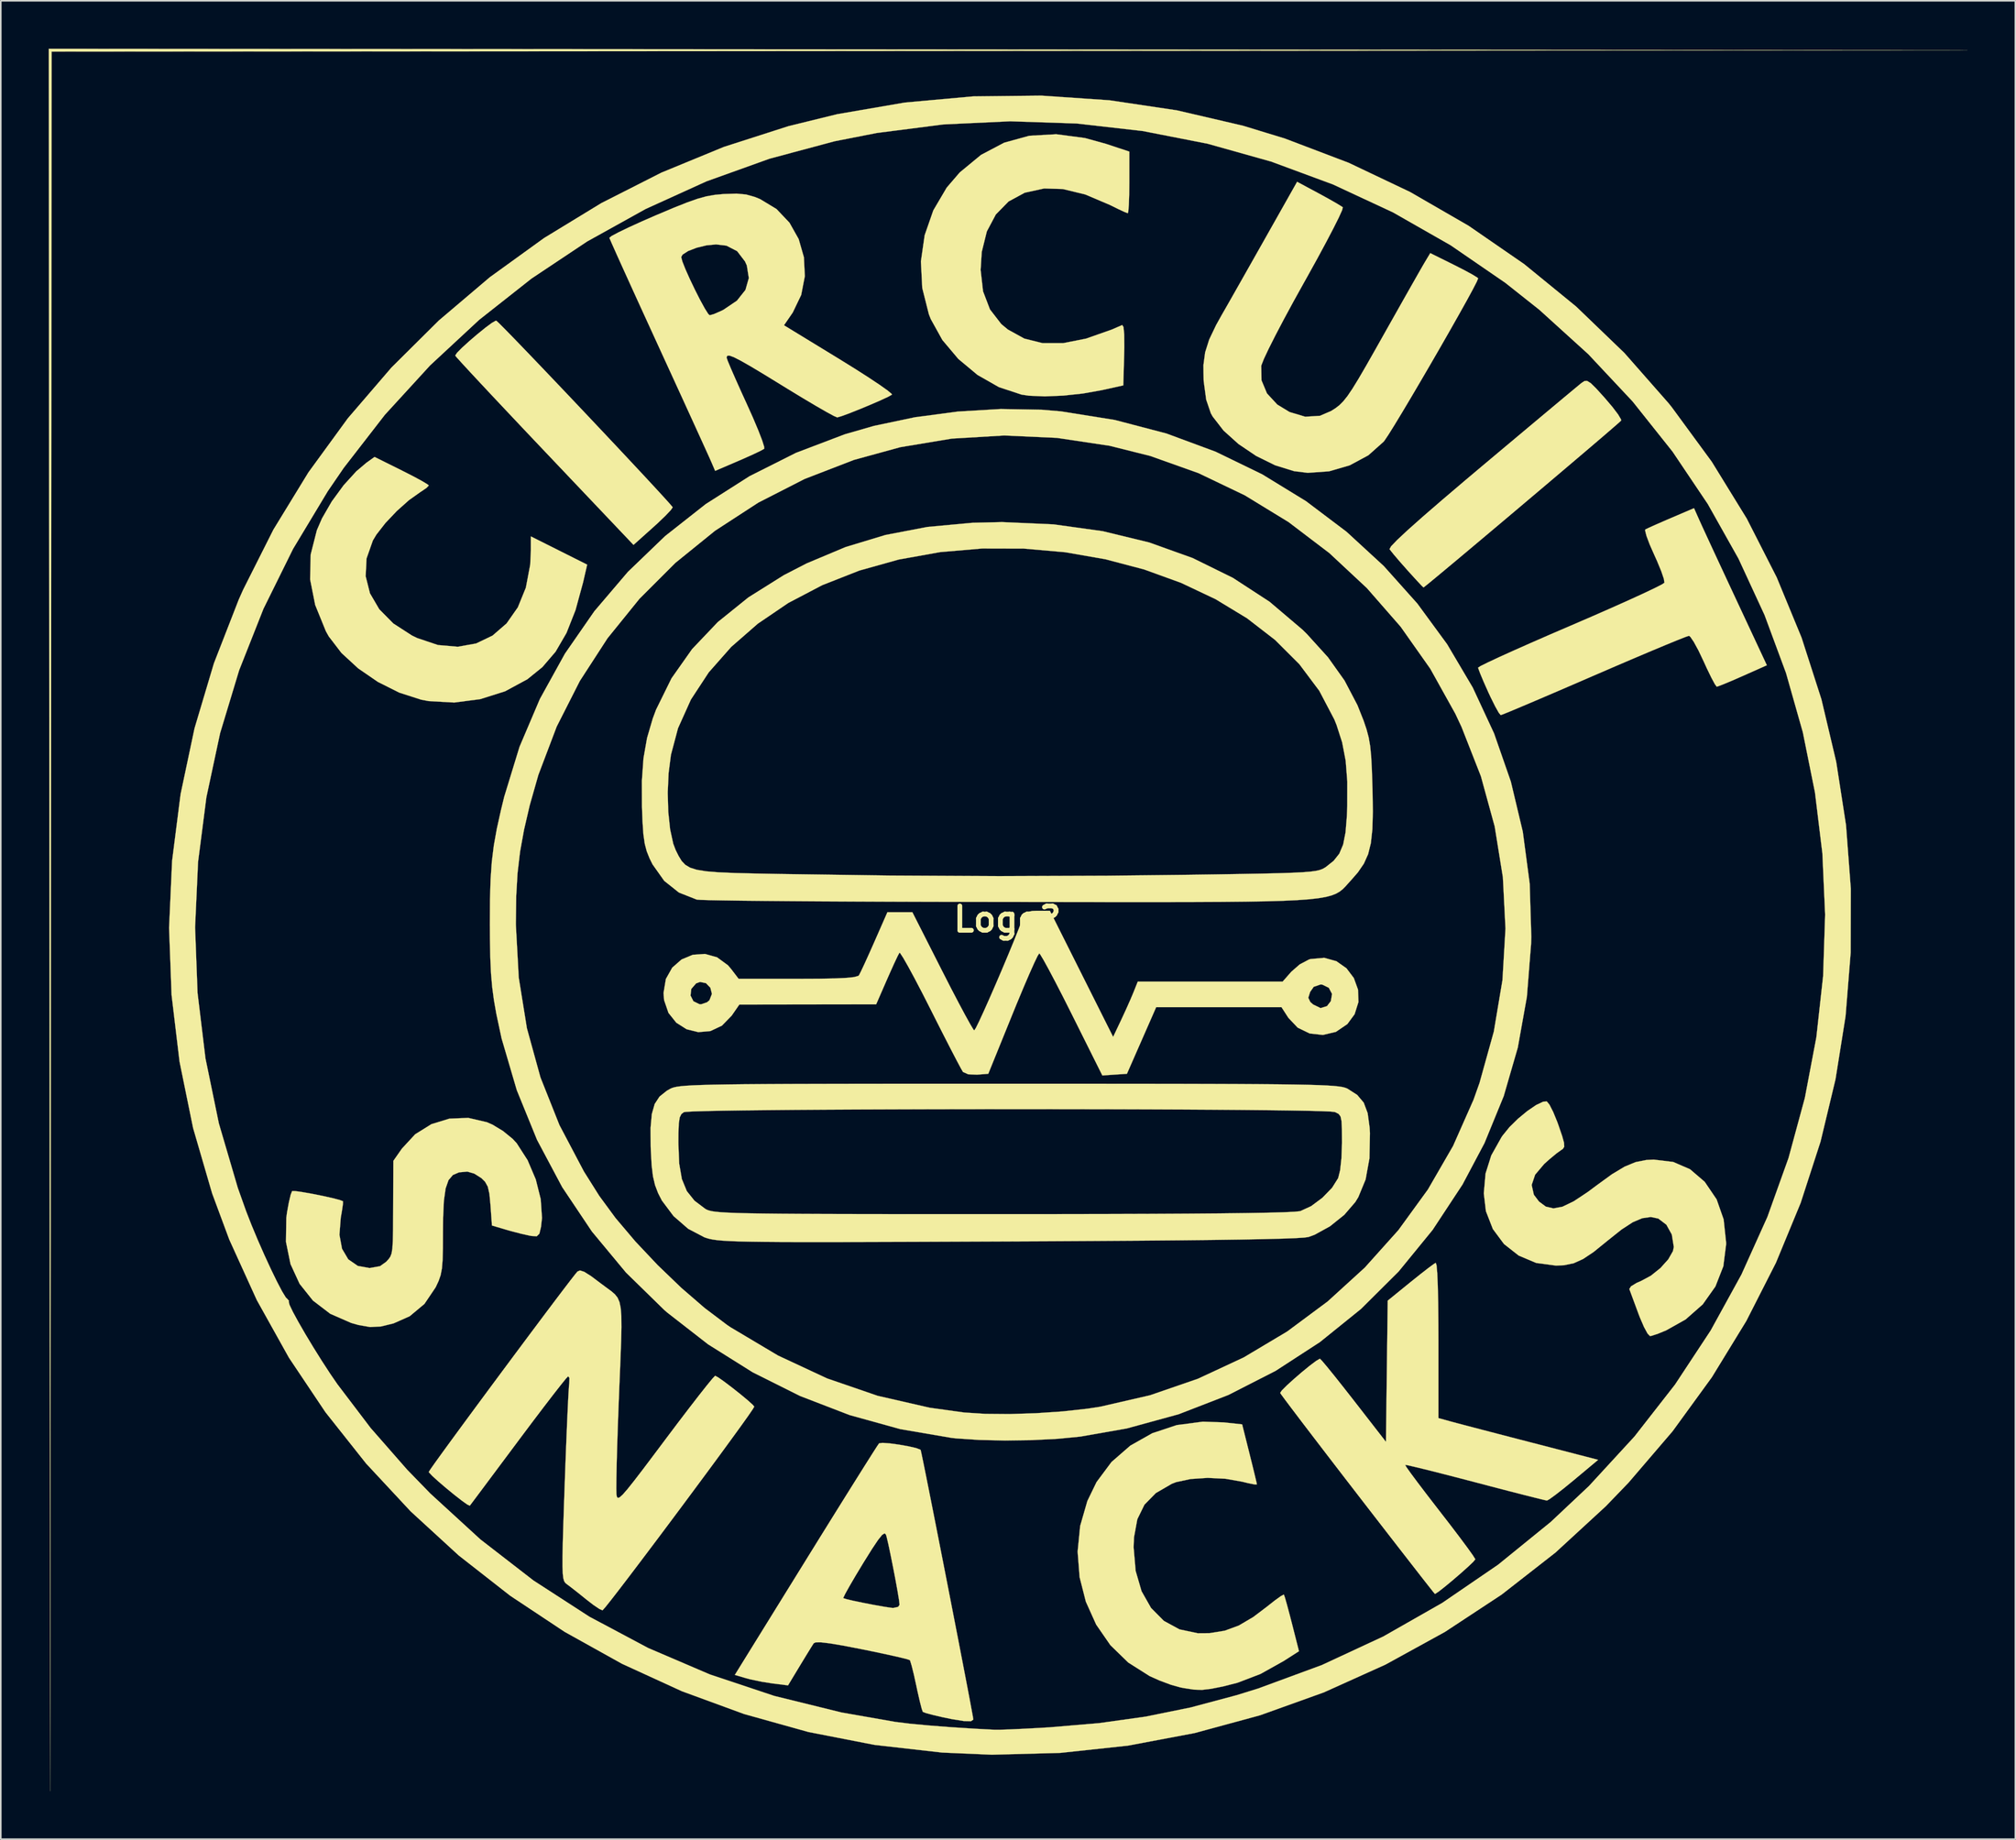
<source format=kicad_pcb>
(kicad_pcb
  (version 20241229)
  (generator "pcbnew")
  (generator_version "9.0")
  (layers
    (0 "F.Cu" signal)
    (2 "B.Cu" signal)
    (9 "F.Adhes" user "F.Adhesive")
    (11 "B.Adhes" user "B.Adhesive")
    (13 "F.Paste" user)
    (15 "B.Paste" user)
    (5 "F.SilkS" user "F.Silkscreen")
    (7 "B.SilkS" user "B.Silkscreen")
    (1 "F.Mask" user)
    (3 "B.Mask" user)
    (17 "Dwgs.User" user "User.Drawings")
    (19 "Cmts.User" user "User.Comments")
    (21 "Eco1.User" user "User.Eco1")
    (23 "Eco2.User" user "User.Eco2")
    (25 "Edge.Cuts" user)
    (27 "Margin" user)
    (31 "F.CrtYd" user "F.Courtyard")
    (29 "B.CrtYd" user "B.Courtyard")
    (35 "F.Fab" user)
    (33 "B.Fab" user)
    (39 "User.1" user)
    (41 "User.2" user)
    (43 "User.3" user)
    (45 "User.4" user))
  (footprint "Logo?"
    (layer "F.Cu")
    (at 60.041 54.535)
    (property "Reference" "Logo?" (at 0 0 0) (layer "F.SilkS") (effects (font (size 1.524 1.524) (thickness 0.3))))
    (attr through_hole)
    (fp_poly (pts (xy 0.044 -54.486) (xy 60.125 -54.442) (xy 0.134 -54.397) (xy -59.858 -54.352) (xy -59.903 0.133) (xy -59.948 54.619) (xy -59.992 0.044) (xy -60.036 -54.53) (xy 0.044 -54.486)) (stroke (width 0.01) (type solid)) (fill yes) (layer "F.SilkS"))
    (fp_poly (pts (xy -31.842 -37.343) (xy -31.466 -36.966) (xy -30.91 -36.396) (xy -30.205 -35.665) (xy -29.38 -34.804) (xy -28.465 -33.844) (xy -27.491 -32.819) (xy -26.487 -31.758) (xy -25.483 -30.694) (xy -24.509 -29.659) (xy -23.595 -28.683) (xy -22.77 -27.8) (xy -22.065 -27.039) (xy -21.509 -26.434) (xy -21.132 -26.015) (xy -20.965 -25.814) (xy -20.959 -25.803) (xy -21.084 -25.625) (xy -21.417 -25.274) (xy -21.9 -24.812) (xy -22.187 -24.551) (xy -23.414 -23.452) (xy -28.981 -29.319) (xy -30.124 -30.525) (xy -31.189 -31.654) (xy -32.152 -32.677) (xy -32.988 -33.57) (xy -33.674 -34.307) (xy -34.183 -34.86) (xy -34.493 -35.203) (xy -34.58 -35.311) (xy -34.471 -35.48) (xy -34.155 -35.801) (xy -33.705 -36.211) (xy -33.195 -36.648) (xy -32.699 -37.05) (xy -32.291 -37.353) (xy -32.043 -37.495) (xy -32.009 -37.496) (xy -31.842 -37.343)) (stroke (width 0.01) (type solid)) (fill yes) (layer "F.SilkS"))
    (fp_poly (pts (xy 36.539 -33.583) (xy 36.872 -33.256) (xy 37.374 -32.703) (xy 37.431 -32.639) (xy 37.902 -32.084) (xy 38.252 -31.622) (xy 38.432 -31.317) (xy 38.443 -31.241) (xy 38.296 -31.104) (xy 37.911 -30.769) (xy 37.323 -30.262) (xy 36.563 -29.613) (xy 35.665 -28.849) (xy 34.661 -27.997) (xy 33.586 -27.086) (xy 32.47 -26.143) (xy 31.349 -25.196) (xy 30.254 -24.274) (xy 29.218 -23.403) (xy 28.276 -22.612) (xy 27.458 -21.929) (xy 26.799 -21.381) (xy 26.332 -20.997) (xy 26.089 -20.803) (xy 26.062 -20.786) (xy 25.933 -20.91) (xy 25.627 -21.238) (xy 25.201 -21.706) (xy 25.045 -21.879) (xy 24.574 -22.413) (xy 24.191 -22.862) (xy 23.963 -23.149) (xy 23.937 -23.188) (xy 24.036 -23.364) (xy 24.412 -23.758) (xy 25.067 -24.37) (xy 26.001 -25.201) (xy 27.213 -26.25) (xy 28.704 -27.519) (xy 29.698 -28.356) (xy 30.951 -29.408) (xy 32.13 -30.396) (xy 33.205 -31.297) (xy 34.146 -32.084) (xy 34.922 -32.733) (xy 35.505 -33.218) (xy 35.863 -33.515) (xy 35.958 -33.592) (xy 36.141 -33.713) (xy 36.315 -33.722) (xy 36.539 -33.583)) (stroke (width 0.01) (type solid)) (fill yes) (layer "F.SilkS"))
    (fp_poly (pts (xy 4.857 -48.938) (xy 6.172 -48.575) (xy 7.638 -48.089) (xy 7.638 -46.158) (xy 7.63 -45.378) (xy 7.608 -44.749) (xy 7.576 -44.344) (xy 7.544 -44.228) (xy 7.349 -44.302) (xy 6.931 -44.496) (xy 6.424 -44.746) (xy 4.881 -45.402) (xy 3.474 -45.744) (xy 2.306 -45.779) (xy 1.089 -45.513) (xy 0.075 -44.964) (xy -0.721 -44.151) (xy -1.285 -43.09) (xy -1.604 -41.801) (xy -1.674 -40.676) (xy -1.523 -39.336) (xy -1.09 -38.203) (xy -0.381 -37.285) (xy 0.031 -36.943) (xy 1.061 -36.375) (xy 2.206 -36.089) (xy 3.488 -36.088) (xy 4.927 -36.372) (xy 6.546 -36.942) (xy 7.194 -37.224) (xy 7.275 -37.096) (xy 7.319 -36.632) (xy 7.326 -35.852) (xy 7.316 -35.374) (xy 7.261 -33.443) (xy 5.895 -33.141) (xy 4.727 -32.934) (xy 3.507 -32.803) (xy 2.346 -32.755) (xy 1.351 -32.797) (xy 0.888 -32.866) (xy -0.526 -33.333) (xy -1.867 -34.097) (xy -3.07 -35.1) (xy -4.068 -36.285) (xy -4.795 -37.596) (xy -4.914 -37.898) (xy -5.329 -39.543) (xy -5.414 -41.21) (xy -5.179 -42.848) (xy -4.637 -44.406) (xy -3.798 -45.832) (xy -2.982 -46.782) (xy -1.65 -47.881) (xy -0.198 -48.647) (xy 1.373 -49.079) (xy 3.059 -49.176) (xy 4.857 -48.938)) (stroke (width 0.01) (type solid)) (fill yes) (layer "F.SilkS"))
    (fp_poly (pts (xy -37.933 -28.117) (xy -37.24 -27.764) (xy -36.683 -27.464) (xy -36.329 -27.253) (xy -36.235 -27.174) (xy -36.372 -27.027) (xy -36.706 -26.797) (xy -36.758 -26.766) (xy -37.474 -26.257) (xy -38.237 -25.577) (xy -38.951 -24.823) (xy -39.516 -24.098) (xy -39.738 -23.729) (xy -40.134 -22.602) (xy -40.19 -21.488) (xy -39.92 -20.416) (xy -39.338 -19.42) (xy -38.459 -18.53) (xy -37.297 -17.778) (xy -36.967 -17.617) (xy -35.662 -17.178) (xy -34.421 -17.071) (xy -33.273 -17.275) (xy -32.245 -17.768) (xy -31.364 -18.53) (xy -30.658 -19.539) (xy -30.155 -20.774) (xy -29.883 -22.214) (xy -29.841 -23.101) (xy -29.841 -23.982) (xy -28.079 -23.098) (xy -26.317 -22.214) (xy -26.574 -21.098) (xy -27.047 -19.365) (xy -27.612 -17.935) (xy -28.295 -16.761) (xy -29.122 -15.796) (xy -30.058 -15.038) (xy -31.457 -14.281) (xy -33.017 -13.788) (xy -34.645 -13.577) (xy -36.247 -13.667) (xy -36.719 -13.757) (xy -38.087 -14.198) (xy -39.425 -14.869) (xy -40.656 -15.715) (xy -41.706 -16.683) (xy -42.499 -17.718) (xy -42.681 -18.044) (xy -43.35 -19.689) (xy -43.667 -21.289) (xy -43.632 -22.849) (xy -43.245 -24.372) (xy -42.925 -25.109) (xy -42.315 -26.167) (xy -41.57 -27.186) (xy -40.774 -28.061) (xy -40.138 -28.6) (xy -39.632 -28.961) (xy -37.933 -28.117)) (stroke (width 0.01) (type solid)) (fill yes) (layer "F.SilkS"))
    (fp_poly (pts (xy 13.55 31.517) (xy 14.705 31.641) (xy 15.168 33.489) (xy 15.357 34.248) (xy 15.508 34.87) (xy 15.605 35.279) (xy 15.631 35.404) (xy 15.476 35.402) (xy 15.077 35.323) (xy 14.704 35.232) (xy 13.662 35.048) (xy 12.546 34.993) (xy 11.477 35.064) (xy 10.576 35.257) (xy 10.302 35.362) (xy 9.299 35.944) (xy 8.587 36.67) (xy 8.14 37.583) (xy 7.931 38.726) (xy 7.908 39.343) (xy 8.034 40.817) (xy 8.405 42.092) (xy 9.001 43.144) (xy 9.8 43.949) (xy 10.781 44.484) (xy 11.923 44.725) (xy 12.661 44.72) (xy 13.609 44.568) (xy 14.492 44.245) (xy 15.404 43.708) (xy 16.261 43.059) (xy 16.753 42.671) (xy 17.128 42.402) (xy 17.313 42.302) (xy 17.319 42.304) (xy 17.385 42.491) (xy 17.515 42.946) (xy 17.688 43.594) (xy 17.821 44.107) (xy 18.264 45.851) (xy 17.298 46.469) (xy 15.856 47.275) (xy 14.413 47.827) (xy 13.499 48.06) (xy 12.745 48.209) (xy 12.186 48.274) (xy 11.672 48.256) (xy 11.056 48.161) (xy 10.835 48.118) (xy 10.247 47.954) (xy 9.52 47.682) (xy 8.911 47.409) (xy 7.574 46.563) (xy 6.454 45.473) (xy 5.564 44.185) (xy 4.917 42.749) (xy 4.525 41.209) (xy 4.402 39.613) (xy 4.56 38.007) (xy 5.012 36.44) (xy 5.587 35.256) (xy 6.522 34) (xy 7.701 32.973) (xy 9.079 32.195) (xy 10.609 31.687) (xy 12.248 31.472) (xy 13.55 31.517)) (stroke (width 0.01) (type solid)) (fill yes) (layer "F.SilkS"))
    (fp_poly (pts (xy 43.341 -24.998) (xy 43.507 -24.632) (xy 43.8 -23.997) (xy 44.193 -23.146) (xy 44.664 -22.133) (xy 45.186 -21.011) (xy 45.621 -20.079) (xy 47.567 -15.912) (xy 46.055 -15.239) (xy 45.383 -14.945) (xy 44.839 -14.718) (xy 44.499 -14.588) (xy 44.429 -14.57) (xy 44.314 -14.724) (xy 44.093 -15.134) (xy 43.805 -15.729) (xy 43.606 -16.164) (xy 43.284 -16.841) (xy 42.993 -17.375) (xy 42.774 -17.696) (xy 42.692 -17.757) (xy 42.486 -17.69) (xy 41.994 -17.496) (xy 41.253 -17.192) (xy 40.302 -16.795) (xy 39.18 -16.319) (xy 37.924 -15.781) (xy 36.755 -15.276) (xy 35.419 -14.697) (xy 34.187 -14.167) (xy 33.095 -13.7) (xy 32.183 -13.313) (xy 31.488 -13.021) (xy 31.047 -12.842) (xy 30.9 -12.789) (xy 30.777 -12.939) (xy 30.551 -13.341) (xy 30.263 -13.921) (xy 30.132 -14.203) (xy 29.841 -14.855) (xy 29.618 -15.385) (xy 29.497 -15.709) (xy 29.485 -15.764) (xy 29.643 -15.865) (xy 30.091 -16.088) (xy 30.792 -16.416) (xy 31.71 -16.832) (xy 32.809 -17.319) (xy 34.05 -17.862) (xy 35.277 -18.39) (xy 36.622 -18.971) (xy 37.86 -19.515) (xy 38.956 -20.005) (xy 39.87 -20.424) (xy 40.567 -20.756) (xy 41.007 -20.981) (xy 41.153 -21.08) (xy 41.118 -21.324) (xy 40.955 -21.803) (xy 40.694 -22.436) (xy 40.525 -22.81) (xy 40.232 -23.474) (xy 40.03 -24.011) (xy 39.945 -24.346) (xy 39.958 -24.419) (xy 40.178 -24.525) (xy 40.641 -24.733) (xy 41.264 -25.005) (xy 41.555 -25.13) (xy 43.006 -25.751) (xy 43.341 -24.998)) (stroke (width 0.01) (type solid)) (fill yes) (layer "F.SilkS"))
    (fp_poly (pts (xy 19.509 -45.465) (xy 20.141 -45.119) (xy 20.653 -44.826) (xy 20.964 -44.634) (xy 21.012 -44.597) (xy 20.964 -44.414) (xy 20.76 -43.962) (xy 20.419 -43.28) (xy 19.963 -42.409) (xy 19.412 -41.387) (xy 18.786 -40.255) (xy 18.584 -39.895) (xy 17.923 -38.704) (xy 17.317 -37.584) (xy 16.789 -36.578) (xy 16.364 -35.734) (xy 16.064 -35.097) (xy 15.913 -34.711) (xy 15.902 -34.664) (xy 15.917 -33.761) (xy 16.26 -32.94) (xy 16.905 -32.242) (xy 17.673 -31.775) (xy 18.656 -31.481) (xy 19.576 -31.537) (xy 20.28 -31.84) (xy 20.556 -32.017) (xy 20.801 -32.206) (xy 21.04 -32.446) (xy 21.301 -32.773) (xy 21.609 -33.228) (xy 21.989 -33.846) (xy 22.467 -34.666) (xy 23.07 -35.727) (xy 23.706 -36.857) (xy 24.314 -37.935) (xy 24.881 -38.941) (xy 25.38 -39.821) (xy 25.78 -40.525) (xy 26.054 -41.002) (xy 26.145 -41.157) (xy 26.487 -41.728) (xy 27.986 -40.985) (xy 28.634 -40.654) (xy 29.142 -40.377) (xy 29.438 -40.194) (xy 29.485 -40.146) (xy 29.399 -39.935) (xy 29.156 -39.464) (xy 28.783 -38.777) (xy 28.305 -37.921) (xy 27.75 -36.939) (xy 27.143 -35.878) (xy 26.509 -34.781) (xy 25.875 -33.694) (xy 25.268 -32.662) (xy 24.712 -31.729) (xy 24.234 -30.941) (xy 23.861 -30.343) (xy 23.617 -29.98) (xy 23.569 -29.919) (xy 22.61 -29.065) (xy 21.442 -28.436) (xy 20.148 -28.06) (xy 18.815 -27.965) (xy 17.959 -28.07) (xy 16.771 -28.439) (xy 15.583 -29.024) (xy 14.479 -29.769) (xy 13.541 -30.613) (xy 12.855 -31.499) (xy 12.743 -31.701) (xy 12.454 -32.55) (xy 12.298 -33.709) (xy 12.292 -33.796) (xy 12.281 -34.71) (xy 12.388 -35.513) (xy 12.642 -36.315) (xy 13.075 -37.222) (xy 13.416 -37.834) (xy 13.667 -38.271) (xy 14.059 -38.96) (xy 14.558 -39.84) (xy 15.132 -40.854) (xy 15.747 -41.942) (xy 16.064 -42.503) (xy 18.148 -46.196) (xy 19.509 -45.465)) (stroke (width 0.01) (type solid)) (fill yes) (layer "F.SilkS"))
    (fp_poly (pts (xy 26.881 21.676) (xy 26.924 22.161) (xy 26.958 22.952) (xy 26.983 24.024) (xy 26.996 25.353) (xy 26.999 26.355) (xy 26.999 31.248) (xy 27.753 31.456) (xy 28.136 31.559) (xy 28.804 31.735) (xy 29.701 31.97) (xy 30.767 32.248) (xy 31.946 32.554) (xy 32.754 32.763) (xy 37 33.863) (xy 35.474 35.138) (xy 34.849 35.649) (xy 34.319 36.062) (xy 33.946 36.332) (xy 33.796 36.413) (xy 33.59 36.369) (xy 33.088 36.246) (xy 32.339 36.057) (xy 31.389 35.813) (xy 30.288 35.526) (xy 29.305 35.268) (xy 28.122 34.959) (xy 27.057 34.685) (xy 26.157 34.459) (xy 25.469 34.293) (xy 25.039 34.196) (xy 24.911 34.178) (xy 24.999 34.327) (xy 25.274 34.714) (xy 25.706 35.295) (xy 26.263 36.028) (xy 26.913 36.871) (xy 27.082 37.089) (xy 27.755 37.959) (xy 28.346 38.737) (xy 28.823 39.379) (xy 29.152 39.84) (xy 29.302 40.077) (xy 29.308 40.095) (xy 29.182 40.249) (xy 28.855 40.561) (xy 28.401 40.967) (xy 27.894 41.403) (xy 27.408 41.806) (xy 27.018 42.112) (xy 26.797 42.258) (xy 26.778 42.262) (xy 26.663 42.124) (xy 26.354 41.733) (xy 25.872 41.117) (xy 25.24 40.304) (xy 24.479 39.325) (xy 23.612 38.206) (xy 22.66 36.976) (xy 21.936 36.038) (xy 20.936 34.741) (xy 20.004 33.528) (xy 19.163 32.43) (xy 18.434 31.475) (xy 17.841 30.692) (xy 17.404 30.112) (xy 17.148 29.763) (xy 17.087 29.671) (xy 17.193 29.513) (xy 17.506 29.2) (xy 17.951 28.796) (xy 18.453 28.363) (xy 18.939 27.966) (xy 19.334 27.669) (xy 19.564 27.534) (xy 19.579 27.531) (xy 19.711 27.665) (xy 20.024 28.036) (xy 20.483 28.601) (xy 21.051 29.317) (xy 21.691 30.134) (xy 23.713 32.737) (xy 23.823 23.89) (xy 25.242 22.736) (xy 25.851 22.248) (xy 26.364 21.849) (xy 26.716 21.591) (xy 26.83 21.522) (xy 26.881 21.676)) (stroke (width 0.01) (type solid)) (fill yes) (layer "F.SilkS"))
    (fp_poly (pts (xy 33.952 11.613) (xy 34.183 12.065) (xy 34.437 12.684) (xy 34.512 12.891) (xy 34.747 13.576) (xy 34.866 14.004) (xy 34.878 14.25) (xy 34.791 14.387) (xy 34.696 14.45) (xy 34.4 14.662) (xy 33.961 15.026) (xy 33.625 15.326) (xy 33.055 16) (xy 32.838 16.644) (xy 32.974 17.256) (xy 33.296 17.682) (xy 33.725 18.001) (xy 34.203 18.112) (xy 34.771 18.005) (xy 35.473 17.667) (xy 36.35 17.086) (xy 36.912 16.667) (xy 37.867 15.973) (xy 38.653 15.5) (xy 39.347 15.213) (xy 40.026 15.079) (xy 40.483 15.056) (xy 41.704 15.203) (xy 42.755 15.658) (xy 43.66 16.433) (xy 43.688 16.465) (xy 44.422 17.547) (xy 44.862 18.803) (xy 45.016 20.256) (xy 45.017 20.356) (xy 44.843 21.734) (xy 44.347 23.002) (xy 43.552 24.124) (xy 42.48 25.068) (xy 41.262 25.752) (xy 40.752 25.961) (xy 40.362 26.09) (xy 40.249 26.11) (xy 40.098 25.955) (xy 39.874 25.542) (xy 39.619 24.95) (xy 39.536 24.734) (xy 39.291 24.072) (xy 39.091 23.531) (xy 38.97 23.204) (xy 38.954 23.163) (xy 39.061 22.993) (xy 39.415 22.778) (xy 39.679 22.664) (xy 40.307 22.328) (xy 40.905 21.848) (xy 41.392 21.306) (xy 41.689 20.787) (xy 41.741 20.526) (xy 41.616 19.748) (xy 41.275 19.133) (xy 40.769 18.748) (xy 40.299 18.65) (xy 39.762 18.727) (xy 39.172 18.977) (xy 38.469 19.434) (xy 37.598 20.128) (xy 37.547 20.17) (xy 36.724 20.837) (xy 36.059 21.282) (xy 35.472 21.547) (xy 34.878 21.671) (xy 34.364 21.695) (xy 33.125 21.531) (xy 32.026 21.067) (xy 31.106 20.344) (xy 30.408 19.404) (xy 29.973 18.287) (xy 29.841 17.169) (xy 29.951 15.928) (xy 30.308 14.794) (xy 30.951 13.648) (xy 31.013 13.557) (xy 31.441 13.029) (xy 31.983 12.495) (xy 32.567 12.012) (xy 33.117 11.637) (xy 33.562 11.427) (xy 33.787 11.413) (xy 33.952 11.613)) (stroke (width 0.01) (type solid)) (fill yes) (layer "F.SilkS"))
    (fp_poly (pts (xy -32.6 12.712) (xy -32.244 12.867) (xy -31.587 13.265) (xy -30.985 13.756) (xy -30.733 14.027) (xy -30.049 15.091) (xy -29.536 16.295) (xy -29.225 17.537) (xy -29.146 18.713) (xy -29.208 19.274) (xy -29.31 19.699) (xy -29.473 19.858) (xy -29.812 19.838) (xy -29.927 19.817) (xy -30.464 19.697) (xy -31.126 19.523) (xy -31.401 19.444) (xy -32.28 19.184) (xy -32.371 17.905) (xy -32.438 17.203) (xy -32.539 16.752) (xy -32.71 16.444) (xy -32.938 16.217) (xy -33.382 15.935) (xy -33.811 15.809) (xy -33.832 15.808) (xy -34.341 15.854) (xy -34.725 16.018) (xy -35 16.341) (xy -35.183 16.866) (xy -35.29 17.634) (xy -35.339 18.686) (xy -35.347 19.584) (xy -35.351 20.603) (xy -35.37 21.343) (xy -35.414 21.88) (xy -35.493 22.29) (xy -35.617 22.65) (xy -35.797 23.036) (xy -35.807 23.056) (xy -36.508 24.095) (xy -37.431 24.866) (xy -38.443 25.316) (xy -39.237 25.509) (xy -39.912 25.544) (xy -40.64 25.417) (xy -41.098 25.287) (xy -42.408 24.713) (xy -43.491 23.885) (xy -44.327 22.836) (xy -44.896 21.599) (xy -45.18 20.209) (xy -45.159 18.697) (xy -45.112 18.352) (xy -44.998 17.73) (xy -44.885 17.256) (xy -44.797 17.03) (xy -44.795 17.029) (xy -44.597 17.028) (xy -44.15 17.091) (xy -43.552 17.196) (xy -42.902 17.326) (xy -42.296 17.46) (xy -41.833 17.579) (xy -41.609 17.664) (xy -41.609 17.664) (xy -41.614 17.844) (xy -41.675 18.27) (xy -41.75 18.704) (xy -41.832 19.765) (xy -41.67 20.642) (xy -41.28 21.302) (xy -40.683 21.715) (xy -39.948 21.848) (xy -39.289 21.732) (xy -38.906 21.459) (xy -38.754 21.293) (xy -38.642 21.134) (xy -38.565 20.928) (xy -38.516 20.619) (xy -38.488 20.152) (xy -38.474 19.472) (xy -38.468 18.525) (xy -38.465 17.825) (xy -38.455 15.134) (xy -37.917 14.365) (xy -37.087 13.468) (xy -36.074 12.837) (xy -34.945 12.49) (xy -33.765 12.442) (xy -32.6 12.712)) (stroke (width 0.01) (type solid)) (fill yes) (layer "F.SilkS"))
    (fp_poly (pts (xy -7.359 32.833) (xy -6.784 32.911) (xy -6.199 33.014) (xy -5.716 33.125) (xy -5.448 33.227) (xy -5.432 33.24) (xy -5.39 33.42) (xy -5.288 33.907) (xy -5.135 34.661) (xy -4.939 35.641) (xy -4.708 36.804) (xy -4.45 38.11) (xy -4.173 39.518) (xy -3.885 40.987) (xy -3.594 42.475) (xy -3.309 43.941) (xy -3.036 45.344) (xy -2.785 46.644) (xy -2.564 47.797) (xy -2.379 48.765) (xy -2.241 49.504) (xy -2.155 49.975) (xy -2.131 50.134) (xy -2.277 50.235) (xy -2.722 50.226) (xy -3.481 50.104) (xy -4.071 49.982) (xy -4.666 49.843) (xy -5.107 49.723) (xy -5.294 49.65) (xy -5.365 49.45) (xy -5.484 48.986) (xy -5.631 48.343) (xy -5.696 48.035) (xy -5.849 47.338) (xy -5.986 46.783) (xy -6.085 46.456) (xy -6.11 46.407) (xy -6.308 46.342) (xy -6.794 46.222) (xy -7.509 46.062) (xy -8.394 45.874) (xy -9.097 45.73) (xy -10.257 45.505) (xy -11.107 45.361) (xy -11.68 45.294) (xy -12.012 45.299) (xy -12.128 45.354) (xy -12.282 45.597) (xy -12.564 46.055) (xy -12.92 46.639) (xy -13.003 46.776) (xy -13.737 47.991) (xy -14.693 47.872) (xy -15.404 47.76) (xy -16.102 47.612) (xy -16.359 47.544) (xy -17.068 47.336) (xy -14.092 42.526) (xy -10.277 42.526) (xy -10.072 42.592) (xy -9.617 42.698) (xy -9.012 42.824) (xy -8.356 42.951) (xy -7.751 43.059) (xy -7.295 43.128) (xy -7.149 43.142) (xy -6.839 43.075) (xy -6.75 42.94) (xy -6.784 42.645) (xy -6.875 42.094) (xy -7.005 41.377) (xy -7.157 40.587) (xy -7.312 39.814) (xy -7.452 39.15) (xy -7.561 38.686) (xy -7.603 38.544) (xy -7.689 38.465) (xy -7.846 38.567) (xy -8.099 38.882) (xy -8.474 39.442) (xy -8.996 40.278) (xy -9.034 40.34) (xy -9.498 41.108) (xy -9.88 41.762) (xy -10.149 42.244) (xy -10.273 42.5) (xy -10.277 42.526) (xy -14.092 42.526) (xy -12.626 40.158) (xy -11.73 38.711) (xy -10.887 37.355) (xy -10.118 36.121) (xy -9.44 35.038) (xy -8.874 34.137) (xy -8.438 33.448) (xy -8.151 33.001) (xy -8.031 32.828) (xy -7.812 32.8) (xy -7.359 32.833)) (stroke (width 0.01) (type solid)) (fill yes) (layer "F.SilkS"))
    (fp_poly (pts (xy -16.369 -45.402) (xy -15.824 -45.249) (xy -15.488 -45.114) (xy -14.459 -44.491) (xy -13.647 -43.635) (xy -13.069 -42.608) (xy -12.743 -41.471) (xy -12.684 -40.285) (xy -12.911 -39.111) (xy -13.44 -38.01) (xy -13.495 -37.929) (xy -13.99 -37.209) (xy -10.536 -35.099) (xy -9.557 -34.492) (xy -8.698 -33.943) (xy -8 -33.478) (xy -7.503 -33.125) (xy -7.249 -32.912) (xy -7.227 -32.864) (xy -7.467 -32.729) (xy -7.942 -32.508) (xy -8.56 -32.239) (xy -9.231 -31.96) (xy -9.863 -31.708) (xy -10.365 -31.523) (xy -10.645 -31.44) (xy -10.66 -31.439) (xy -10.868 -31.529) (xy -11.328 -31.779) (xy -11.994 -32.163) (xy -12.817 -32.652) (xy -13.75 -33.219) (xy -14.032 -33.393) (xy -15.168 -34.091) (xy -16.038 -34.614) (xy -16.677 -34.979) (xy -17.117 -35.205) (xy -17.392 -35.307) (xy -17.537 -35.303) (xy -17.584 -35.209) (xy -17.585 -35.187) (xy -17.514 -34.979) (xy -17.317 -34.507) (xy -17.019 -33.826) (xy -16.646 -32.993) (xy -16.336 -32.315) (xy -15.93 -31.411) (xy -15.597 -30.62) (xy -15.356 -29.996) (xy -15.231 -29.596) (xy -15.225 -29.476) (xy -15.442 -29.352) (xy -15.904 -29.131) (xy -16.527 -28.851) (xy -16.832 -28.719) (xy -18.301 -28.089) (xy -18.543 -28.654) (xy -18.668 -28.935) (xy -18.925 -29.502) (xy -19.295 -30.316) (xy -19.762 -31.34) (xy -20.309 -32.538) (xy -20.919 -33.87) (xy -21.574 -35.299) (xy -21.84 -35.88) (xy -22.498 -37.318) (xy -23.11 -38.656) (xy -23.658 -39.86) (xy -24.128 -40.896) (xy -24.392 -41.481) (xy -20.427 -41.481) (xy -20.353 -41.2) (xy -20.159 -40.711) (xy -19.883 -40.093) (xy -19.563 -39.425) (xy -19.239 -38.787) (xy -18.949 -38.258) (xy -18.733 -37.918) (xy -18.642 -37.834) (xy -18.38 -37.909) (xy -17.946 -38.098) (xy -17.778 -38.181) (xy -16.937 -38.749) (xy -16.403 -39.422) (xy -16.191 -40.166) (xy -16.315 -40.951) (xy -16.429 -41.206) (xy -16.922 -41.851) (xy -17.594 -42.198) (xy -18.242 -42.274) (xy -18.845 -42.216) (xy -19.462 -42.066) (xy -19.995 -41.86) (xy -20.344 -41.634) (xy -20.427 -41.481) (xy -24.392 -41.481) (xy -24.503 -41.728) (xy -24.768 -42.322) (xy -24.908 -42.643) (xy -24.925 -42.689) (xy -24.78 -42.804) (xy -24.358 -43.029) (xy -23.711 -43.341) (xy -22.889 -43.716) (xy -22.025 -44.093) (xy -20.92 -44.559) (xy -20.068 -44.899) (xy -19.401 -45.134) (xy -18.849 -45.286) (xy -18.343 -45.376) (xy -17.814 -45.426) (xy -17.754 -45.43) (xy -16.962 -45.456) (xy -16.369 -45.402)) (stroke (width 0.01) (type solid)) (fill yes) (layer "F.SilkS"))
    (fp_poly (pts (xy -26.5 22.085) (xy -26.078 22.351) (xy -25.445 22.826) (xy -25.435 22.834) (xy -25.088 23.091) (xy -24.806 23.297) (xy -24.583 23.489) (xy -24.413 23.703) (xy -24.293 23.979) (xy -24.216 24.352) (xy -24.176 24.862) (xy -24.169 25.545) (xy -24.19 26.438) (xy -24.232 27.581) (xy -24.291 29.009) (xy -24.349 30.462) (xy -24.398 31.786) (xy -24.438 33.02) (xy -24.468 34.111) (xy -24.486 35.008) (xy -24.492 35.658) (xy -24.484 36.008) (xy -24.483 36.02) (xy -24.456 36.178) (xy -24.397 36.251) (xy -24.283 36.215) (xy -24.092 36.043) (xy -23.799 35.708) (xy -23.382 35.185) (xy -22.816 34.448) (xy -22.08 33.471) (xy -21.428 32.601) (xy -20.649 31.565) (xy -19.935 30.629) (xy -19.316 29.828) (xy -18.819 29.199) (xy -18.473 28.778) (xy -18.306 28.601) (xy -18.298 28.597) (xy -18.105 28.702) (xy -17.723 28.971) (xy -17.235 29.342) (xy -16.721 29.749) (xy -16.265 30.128) (xy -15.948 30.413) (xy -15.851 30.528) (xy -15.944 30.69) (xy -16.225 31.1) (xy -16.669 31.723) (xy -17.25 32.524) (xy -17.94 33.469) (xy -18.714 34.521) (xy -19.547 35.646) (xy -20.411 36.81) (xy -21.281 37.976) (xy -22.131 39.11) (xy -22.935 40.177) (xy -23.666 41.142) (xy -24.298 41.969) (xy -24.806 42.625) (xy -25.163 43.073) (xy -25.344 43.279) (xy -25.357 43.289) (xy -25.552 43.204) (xy -25.933 42.947) (xy -26.377 42.603) (xy -26.899 42.183) (xy -27.353 41.828) (xy -27.599 41.644) (xy -27.689 41.568) (xy -27.76 41.456) (xy -27.811 41.271) (xy -27.844 40.977) (xy -27.86 40.537) (xy -27.859 39.913) (xy -27.842 39.068) (xy -27.81 37.967) (xy -27.764 36.571) (xy -27.726 35.492) (xy -27.674 34.055) (xy -27.622 32.713) (xy -27.572 31.514) (xy -27.526 30.501) (xy -27.486 29.723) (xy -27.454 29.224) (xy -27.438 29.071) (xy -27.425 28.734) (xy -27.508 28.627) (xy -27.508 28.627) (xy -27.65 28.78) (xy -27.974 29.181) (xy -28.453 29.794) (xy -29.058 30.582) (xy -29.76 31.508) (xy -30.531 32.536) (xy -30.64 32.683) (xy -31.414 33.72) (xy -32.116 34.661) (xy -32.719 35.469) (xy -33.196 36.108) (xy -33.52 36.54) (xy -33.663 36.73) (xy -33.667 36.735) (xy -33.819 36.666) (xy -34.164 36.421) (xy -34.628 36.059) (xy -35.138 35.642) (xy -35.621 35.229) (xy -36.005 34.881) (xy -36.215 34.658) (xy -36.235 34.618) (xy -36.133 34.456) (xy -35.844 34.045) (xy -35.394 33.421) (xy -34.81 32.619) (xy -34.118 31.675) (xy -33.344 30.624) (xy -32.515 29.502) (xy -31.657 28.344) (xy -30.796 27.186) (xy -29.959 26.063) (xy -29.172 25.011) (xy -28.461 24.064) (xy -27.853 23.26) (xy -27.373 22.632) (xy -27.049 22.217) (xy -26.923 22.066) (xy -26.764 21.999) (xy -26.5 22.085)) (stroke (width 0.01) (type solid)) (fill yes) (layer "F.SilkS"))
    (fp_poly (pts (xy 6.625 7.371) (xy 7.128 6.31) (xy 7.442 5.631) (xy 7.735 4.971) (xy 7.757 4.918) (xy 18.848 4.918) (xy 18.972 5.179) (xy 19.154 5.341) (xy 19.619 5.565) (xy 20.019 5.441) (xy 20.26 5.13) (xy 20.336 4.677) (xy 20.133 4.292) (xy 19.723 4.092) (xy 19.617 4.085) (xy 19.189 4.23) (xy 18.964 4.55) (xy 18.848 4.918) (xy 7.757 4.918) (xy 7.9 4.578) (xy 8.168 3.908) (xy 17.24 3.908) (xy 17.784 3.288) (xy 18.31 2.829) (xy 18.894 2.52) (xy 18.983 2.493) (xy 19.845 2.415) (xy 20.607 2.627) (xy 21.237 3.069) (xy 21.7 3.682) (xy 21.962 4.405) (xy 21.99 5.181) (xy 21.749 5.948) (xy 21.294 6.566) (xy 20.578 7.053) (xy 19.764 7.246) (xy 18.937 7.155) (xy 18.183 6.789) (xy 17.6 6.172) (xy 17.17 5.506) (xy 9.321 5.506) (xy 8.405 7.593) (xy 7.489 9.68) (xy 5.95 9.784) (xy 4.041 5.958) (xy 3.504 4.891) (xy 3.014 3.94) (xy 2.595 3.146) (xy 2.27 2.555) (xy 2.062 2.208) (xy 1.999 2.135) (xy 1.897 2.293) (xy 1.684 2.735) (xy 1.38 3.415) (xy 1.007 4.285) (xy 0.583 5.301) (xy 0.335 5.909) (xy -1.195 9.68) (xy -1.901 9.734) (xy -2.448 9.712) (xy -2.773 9.568) (xy -2.783 9.556) (xy -2.911 9.336) (xy -3.172 8.847) (xy -3.542 8.135) (xy -3.996 7.25) (xy -4.509 6.238) (xy -4.807 5.645) (xy -5.334 4.609) (xy -5.811 3.697) (xy -6.215 2.951) (xy -6.523 2.413) (xy -6.711 2.126) (xy -6.757 2.092) (xy -6.869 2.302) (xy -7.085 2.759) (xy -7.367 3.385) (xy -7.539 3.774) (xy -8.217 5.329) (xy -16.785 5.342) (xy -17.265 6.036) (xy -17.879 6.666) (xy -18.597 7.003) (xy -19.355 7.071) (xy -20.088 6.889) (xy -20.733 6.48) (xy -21.224 5.865) (xy -21.498 5.065) (xy -21.521 4.777) (xy -19.843 4.777) (xy -19.662 5.136) (xy -19.282 5.322) (xy -19.183 5.329) (xy -18.808 5.201) (xy -18.657 5.071) (xy -18.502 4.675) (xy -18.599 4.288) (xy -18.872 4.006) (xy -19.245 3.925) (xy -19.494 4.016) (xy -19.796 4.365) (xy -19.843 4.777) (xy -21.521 4.777) (xy -21.533 4.618) (xy -21.386 3.739) (xy -20.988 3.031) (xy -20.404 2.519) (xy -19.699 2.225) (xy -18.936 2.172) (xy -18.182 2.383) (xy -17.5 2.882) (xy -17.302 3.114) (xy -16.832 3.73) (xy -13.133 3.73) (xy -11.799 3.724) (xy -10.787 3.705) (xy -10.062 3.671) (xy -9.593 3.621) (xy -9.344 3.551) (xy -9.292 3.508) (xy -9.167 3.263) (xy -8.934 2.767) (xy -8.63 2.096) (xy -8.33 1.421) (xy -7.511 -0.444) (xy -5.95 -0.444) (xy -4.085 3.235) (xy -3.55 4.282) (xy -3.062 5.217) (xy -2.646 5.996) (xy -2.326 6.573) (xy -2.127 6.904) (xy -2.076 6.965) (xy -1.979 6.822) (xy -1.773 6.406) (xy -1.481 5.774) (xy -1.127 4.981) (xy -0.736 4.086) (xy -0.332 3.143) (xy 0.061 2.208) (xy 0.419 1.34) (xy 0.717 0.592) (xy 0.931 0.023) (xy 1.013 -0.222) (xy 1.178 -0.431) (xy 1.561 -0.522) (xy 1.885 -0.533) (xy 2.663 -0.533) (xy 6.625 7.371)) (stroke (width 0.01) (type solid)) (fill yes) (layer "F.SilkS"))
    (fp_poly (pts (xy 2.897 -24.737) (xy 5.971 -24.31) (xy 8.878 -23.605) (xy 11.601 -22.629) (xy 14.121 -21.389) (xy 16.422 -19.89) (xy 18.485 -18.139) (xy 18.755 -17.873) (xy 20.08 -16.411) (xy 21.117 -14.954) (xy 21.924 -13.415) (xy 22.317 -12.427) (xy 22.498 -11.889) (xy 22.63 -11.389) (xy 22.723 -10.852) (xy 22.787 -10.199) (xy 22.831 -9.351) (xy 22.867 -8.233) (xy 22.87 -8.137) (xy 22.891 -6.746) (xy 22.862 -5.647) (xy 22.768 -4.778) (xy 22.595 -4.077) (xy 22.328 -3.483) (xy 21.953 -2.935) (xy 21.53 -2.451) (xy 21.338 -2.238) (xy 21.167 -2.048) (xy 20.998 -1.879) (xy 20.81 -1.731) (xy 20.583 -1.602) (xy 20.298 -1.491) (xy 19.933 -1.396) (xy 19.469 -1.317) (xy 18.884 -1.251) (xy 18.16 -1.199) (xy 17.276 -1.157) (xy 16.21 -1.126) (xy 14.944 -1.104) (xy 13.457 -1.089) (xy 11.729 -1.08) (xy 9.739 -1.076) (xy 7.467 -1.076) (xy 4.894 -1.078) (xy 1.997 -1.082) (xy 0.012 -1.084) (xy -2.561 -1.088) (xy -5.041 -1.093) (xy -7.404 -1.101) (xy -9.626 -1.111) (xy -11.683 -1.122) (xy -13.551 -1.135) (xy -15.206 -1.149) (xy -16.625 -1.164) (xy -17.782 -1.181) (xy -18.655 -1.197) (xy -19.22 -1.215) (xy -19.45 -1.232) (xy -20.569 -1.673) (xy -21.49 -2.407) (xy -22.221 -3.438) (xy -22.41 -3.819) (xy -22.587 -4.264) (xy -22.711 -4.739) (xy -22.795 -5.329) (xy -22.849 -6.119) (xy -22.883 -7.016) (xy -22.886 -7.932) (xy -21.272 -7.932) (xy -21.238 -6.727) (xy -21.121 -5.63) (xy -20.926 -4.734) (xy -20.773 -4.333) (xy -20.583 -3.953) (xy -20.396 -3.648) (xy -20.17 -3.411) (xy -19.866 -3.23) (xy -19.444 -3.098) (xy -18.865 -3.004) (xy -18.087 -2.941) (xy -17.07 -2.897) (xy -15.776 -2.865) (xy -14.299 -2.837) (xy -7.322 -2.738) (xy -0.519 -2.702) (xy 6.284 -2.728) (xy 11.089 -2.782) (xy 13.025 -2.81) (xy 14.637 -2.836) (xy 15.957 -2.86) (xy 17.019 -2.885) (xy 17.854 -2.913) (xy 18.493 -2.945) (xy 18.97 -2.983) (xy 19.315 -3.029) (xy 19.562 -3.085) (xy 19.742 -3.152) (xy 19.886 -3.233) (xy 19.946 -3.271) (xy 20.436 -3.661) (xy 20.791 -4.109) (xy 21.032 -4.681) (xy 21.182 -5.443) (xy 21.265 -6.46) (xy 21.289 -7.082) (xy 21.291 -8.631) (xy 21.19 -9.931) (xy 20.97 -11.08) (xy 20.618 -12.173) (xy 20.482 -12.512) (xy 19.536 -14.314) (xy 18.289 -15.978) (xy 16.77 -17.496) (xy 15.01 -18.857) (xy 13.037 -20.053) (xy 10.882 -21.073) (xy 8.574 -21.91) (xy 6.144 -22.552) (xy 3.621 -22.992) (xy 1.035 -23.219) (xy -1.584 -23.225) (xy -4.207 -23) (xy -6.804 -22.534) (xy -9.272 -21.843) (xy -11.594 -20.929) (xy -13.721 -19.813) (xy -15.629 -18.516) (xy -17.296 -17.061) (xy -18.7 -15.47) (xy -19.818 -13.765) (xy -20.627 -11.968) (xy -21.07 -10.302) (xy -21.217 -9.155) (xy -21.272 -7.932) (xy -22.886 -7.932) (xy -22.889 -8.674) (xy -22.788 -10.088) (xy -22.565 -11.355) (xy -22.208 -12.574) (xy -22 -13.131) (xy -21.033 -15.094) (xy -19.742 -16.926) (xy -18.133 -18.618) (xy -16.216 -20.164) (xy -13.999 -21.555) (xy -12.567 -22.293) (xy -10.132 -23.316) (xy -7.633 -24.073) (xy -5.012 -24.575) (xy -2.209 -24.835) (xy -0.326 -24.88) (xy 2.897 -24.737)) (stroke (width 0.01) (type solid)) (fill yes) (layer "F.SilkS"))
    (fp_poly (pts (xy 2.155 -31.917) (xy 3.353 -31.816) (xy 6.724 -31.278) (xy 9.96 -30.43) (xy 13.044 -29.288) (xy 15.963 -27.87) (xy 18.7 -26.193) (xy 21.242 -24.274) (xy 23.573 -22.129) (xy 25.677 -19.776) (xy 27.541 -17.232) (xy 29.148 -14.514) (xy 30.484 -11.639) (xy 31.534 -8.624) (xy 32.282 -5.486) (xy 32.714 -2.241) (xy 32.815 1.092) (xy 32.804 1.51) (xy 32.539 4.856) (xy 31.97 8.035) (xy 31.087 11.08) (xy 29.883 14.02) (xy 28.507 16.616) (xy 26.633 19.461) (xy 24.508 22.063) (xy 22.15 24.409) (xy 19.575 26.487) (xy 16.802 28.288) (xy 13.848 29.797) (xy 10.732 31.005) (xy 7.469 31.899) (xy 4.565 32.408) (xy 3.151 32.546) (xy 1.538 32.628) (xy -0.145 32.652) (xy -1.767 32.616) (xy -3.199 32.52) (xy -3.492 32.488) (xy -6.7 31.94) (xy -9.877 31.059) (xy -12.975 29.866) (xy -15.945 28.381) (xy -18.742 26.627) (xy -21.315 24.625) (xy -21.489 24.473) (xy -23.883 22.132) (xy -26.019 19.559) (xy -27.88 16.779) (xy -29.454 13.821) (xy -30.723 10.708) (xy -31.675 7.467) (xy -32.005 5.924) (xy -32.156 5.062) (xy -32.264 4.247) (xy -32.338 3.394) (xy -32.383 2.415) (xy -32.405 1.225) (xy -32.41 0.266) (xy -32.41 0.229) (xy -30.782 0.229) (xy -30.782 0.355) (xy -30.602 3.652) (xy -30.09 6.832) (xy -29.242 9.907) (xy -28.054 12.892) (xy -26.521 15.8) (xy -25.557 17.332) (xy -24.541 18.715) (xy -23.296 20.186) (xy -21.898 21.668) (xy -20.426 23.084) (xy -18.955 24.355) (xy -17.563 25.406) (xy -17.334 25.561) (xy -14.357 27.333) (xy -11.285 28.765) (xy -8.121 29.853) (xy -4.867 30.598) (xy -2.705 30.898) (xy -1.394 30.982) (xy 0.15 30.995) (xy 1.809 30.942) (xy 3.469 30.829) (xy 5.014 30.659) (xy 5.815 30.536) (xy 8.934 29.819) (xy 11.941 28.782) (xy 14.813 27.443) (xy 17.527 25.824) (xy 20.06 23.943) (xy 22.389 21.82) (xy 24.49 19.476) (xy 26.34 16.929) (xy 27.917 14.2) (xy 29.197 11.309) (xy 29.573 10.252) (xy 30.468 7.038) (xy 31.01 3.81) (xy 31.199 0.584) (xy 31.036 -2.629) (xy 30.523 -5.814) (xy 29.66 -8.957) (xy 28.448 -12.045) (xy 28.057 -12.878) (xy 26.489 -15.694) (xy 24.634 -18.324) (xy 22.519 -20.745) (xy 20.17 -22.937) (xy 17.612 -24.882) (xy 14.871 -26.558) (xy 11.974 -27.946) (xy 8.947 -29.024) (xy 6.404 -29.661) (xy 3.108 -30.155) (xy -0.195 -30.305) (xy -3.474 -30.11) (xy -6.704 -29.573) (xy -9.609 -28.776) (xy -12.698 -27.582) (xy -15.603 -26.097) (xy -18.306 -24.339) (xy -20.791 -22.326) (xy -23.042 -20.075) (xy -25.042 -17.603) (xy -26.775 -14.929) (xy -28.225 -12.07) (xy -29.373 -9.043) (xy -29.914 -7.143) (xy -30.269 -5.614) (xy -30.519 -4.236) (xy -30.678 -2.885) (xy -30.761 -1.438) (xy -30.782 0.229) (xy -32.41 0.229) (xy -32.402 -1.248) (xy -32.365 -2.503) (xy -32.289 -3.594) (xy -32.163 -4.616) (xy -31.975 -5.665) (xy -31.715 -6.836) (xy -31.512 -7.67) (xy -30.552 -10.803) (xy -29.277 -13.799) (xy -27.708 -16.637) (xy -25.864 -19.298) (xy -23.766 -21.76) (xy -21.434 -24.003) (xy -18.889 -26.008) (xy -16.151 -27.752) (xy -13.241 -29.216) (xy -10.179 -30.38) (xy -8.348 -30.907) (xy -5.777 -31.449) (xy -3.094 -31.804) (xy -0.413 -31.963) (xy 2.155 -31.917)) (stroke (width 0.01) (type solid)) (fill yes) (layer "F.SilkS"))
    (fp_poly (pts (xy 3.237 10.303) (xy 6.052 10.304) (xy 8.552 10.306) (xy 10.754 10.309) (xy 12.679 10.314) (xy 14.347 10.32) (xy 15.776 10.329) (xy 16.987 10.34) (xy 17.998 10.354) (xy 18.83 10.37) (xy 19.502 10.39) (xy 20.033 10.414) (xy 20.443 10.441) (xy 20.752 10.473) (xy 20.978 10.508) (xy 21.142 10.549) (xy 21.263 10.594) (xy 21.302 10.613) (xy 21.911 11.003) (xy 22.32 11.488) (xy 22.566 12.144) (xy 22.689 13.047) (xy 22.709 13.401) (xy 22.678 14.977) (xy 22.438 16.3) (xy 21.981 17.407) (xy 21.791 17.716) (xy 21.102 18.516) (xy 20.207 19.233) (xy 19.244 19.763) (xy 18.859 19.904) (xy 18.592 19.941) (xy 18.037 19.975) (xy 17.189 20.007) (xy 16.04 20.036) (xy 14.583 20.064) (xy 12.811 20.089) (xy 10.717 20.112) (xy 8.294 20.133) (xy 5.535 20.152) (xy 2.432 20.17) (xy 0.089 20.181) (xy -2.849 20.194) (xy -5.453 20.205) (xy -7.745 20.213) (xy -9.746 20.219) (xy -11.477 20.221) (xy -12.959 20.221) (xy -14.215 20.217) (xy -15.265 20.208) (xy -16.131 20.196) (xy -16.835 20.18) (xy -17.397 20.158) (xy -17.839 20.132) (xy -18.182 20.1) (xy -18.448 20.063) (xy -18.659 20.02) (xy -18.835 19.97) (xy -18.976 19.922) (xy -19.989 19.391) (xy -20.906 18.594) (xy -21.636 17.62) (xy -21.873 17.158) (xy -22.065 16.652) (xy -22.195 16.099) (xy -22.278 15.405) (xy -22.329 14.474) (xy -22.338 14.21) (xy -22.339 14.044) (xy -20.604 14.044) (xy -20.554 15.299) (xy -20.386 16.274) (xy -20.075 17.03) (xy -19.595 17.631) (xy -18.921 18.14) (xy -18.917 18.142) (xy -18.818 18.196) (xy -18.692 18.243) (xy -18.518 18.285) (xy -18.275 18.321) (xy -17.941 18.352) (xy -17.496 18.379) (xy -16.919 18.401) (xy -16.189 18.42) (xy -15.285 18.434) (xy -14.186 18.446) (xy -12.871 18.455) (xy -11.32 18.462) (xy -9.511 18.466) (xy -7.423 18.469) (xy -5.035 18.47) (xy -2.327 18.471) (xy -0.355 18.471) (xy 3.069 18.469) (xy 6.141 18.464) (xy 8.862 18.455) (xy 11.236 18.442) (xy 13.266 18.426) (xy 14.953 18.405) (xy 16.3 18.382) (xy 17.311 18.354) (xy 17.987 18.322) (xy 18.331 18.287) (xy 18.352 18.282) (xy 19.03 17.969) (xy 19.733 17.446) (xy 20.339 16.82) (xy 20.72 16.214) (xy 20.844 15.716) (xy 20.926 14.956) (xy 20.959 14.022) (xy 20.959 13.945) (xy 20.955 13.158) (xy 20.931 12.652) (xy 20.869 12.356) (xy 20.751 12.195) (xy 20.559 12.095) (xy 20.504 12.074) (xy 20.256 12.046) (xy 19.683 12.021) (xy 18.811 11.998) (xy 17.668 11.978) (xy 16.282 11.96) (xy 14.68 11.944) (xy 12.889 11.93) (xy 10.938 11.918) (xy 8.854 11.909) (xy 6.664 11.902) (xy 4.396 11.898) (xy 2.078 11.895) (xy -0.264 11.895) (xy -2.601 11.897) (xy -4.906 11.901) (xy -7.151 11.908) (xy -9.309 11.916) (xy -11.352 11.927) (xy -13.253 11.94) (xy -14.984 11.956) (xy -16.518 11.973) (xy -17.827 11.993) (xy -18.883 12.014) (xy -19.66 12.038) (xy -20.128 12.064) (xy -20.261 12.085) (xy -20.419 12.207) (xy -20.52 12.415) (xy -20.576 12.782) (xy -20.6 13.377) (xy -20.604 14.044) (xy -22.339 14.044) (xy -22.344 13.063) (xy -22.267 12.204) (xy -22.087 11.572) (xy -21.783 11.107) (xy -21.333 10.746) (xy -21.126 10.627) (xy -21.021 10.577) (xy -20.888 10.533) (xy -20.708 10.494) (xy -20.46 10.459) (xy -20.126 10.429) (xy -19.685 10.403) (xy -19.119 10.381) (xy -18.407 10.362) (xy -17.53 10.347) (xy -16.469 10.334) (xy -15.203 10.324) (xy -13.714 10.316) (xy -11.982 10.311) (xy -9.987 10.307) (xy -7.709 10.304) (xy -5.13 10.303) (xy -2.229 10.302) (xy 0.086 10.302) (xy 3.237 10.303)) (stroke (width 0.01) (type solid)) (fill yes) (layer "F.SilkS"))
    (fp_poly (pts (xy 6.401 -51.302) (xy 10.618 -50.673) (xy 14.76 -49.708) (xy 17.38 -48.907) (xy 21.379 -47.386) (xy 25.224 -45.558) (xy 28.893 -43.438) (xy 32.368 -41.041) (xy 35.626 -38.38) (xy 38.647 -35.472) (xy 41.411 -32.328) (xy 41.607 -32.084) (xy 44.119 -28.657) (xy 46.311 -25.095) (xy 48.185 -21.416) (xy 49.743 -17.638) (xy 50.985 -13.78) (xy 51.912 -9.86) (xy 52.526 -5.897) (xy 52.827 -1.908) (xy 52.818 2.087) (xy 52.498 6.07) (xy 51.868 10.022) (xy 50.931 13.926) (xy 49.687 17.763) (xy 48.138 21.514) (xy 46.283 25.161) (xy 44.125 28.686) (xy 41.665 32.07) (xy 38.903 35.294) (xy 37.482 36.769) (xy 34.323 39.676) (xy 30.957 42.304) (xy 27.403 44.644) (xy 23.683 46.689) (xy 19.818 48.432) (xy 15.827 49.864) (xy 11.732 50.978) (xy 7.554 51.766) (xy 3.313 52.221) (xy -0.971 52.335) (xy -4.085 52.2) (xy -8.322 51.719) (xy -12.461 50.911) (xy -16.488 49.786) (xy -20.385 48.357) (xy -24.137 46.637) (xy -27.728 44.637) (xy -31.142 42.371) (xy -34.363 39.85) (xy -37.375 37.087) (xy -40.161 34.093) (xy -42.705 30.882) (xy -44.993 27.466) (xy -47.006 23.856) (xy -48.73 20.066) (xy -49.805 17.169) (xy -50.998 13.072) (xy -51.845 8.922) (xy -52.345 4.738) (xy -52.501 0.538) (xy -52.499 0.506) (xy -50.873 0.506) (xy -50.719 4.612) (xy -50.223 8.714) (xy -49.383 12.792) (xy -48.197 16.829) (xy -47.678 18.286) (xy -47.338 19.156) (xy -46.948 20.089) (xy -46.535 21.028) (xy -46.126 21.914) (xy -45.748 22.691) (xy -45.427 23.303) (xy -45.191 23.69) (xy -45.078 23.801) (xy -44.99 23.908) (xy -45.01 23.951) (xy -44.958 24.155) (xy -44.745 24.6) (xy -44.402 25.23) (xy -43.964 25.989) (xy -43.463 26.82) (xy -42.933 27.668) (xy -42.406 28.477) (xy -41.961 29.125) (xy -39.879 31.867) (xy -37.591 34.48) (xy -36.145 35.969) (xy -33.003 38.848) (xy -29.679 41.422) (xy -26.176 43.69) (xy -22.494 45.651) (xy -18.634 47.305) (xy -14.597 48.652) (xy -10.383 49.69) (xy -7.016 50.28) (xy -6.103 50.392) (xy -4.911 50.504) (xy -3.514 50.612) (xy -1.987 50.709) (xy -0.799 50.771) (xy -0.443 50.77) (xy 0.194 50.748) (xy 1.037 50.709) (xy 2.011 50.657) (xy 2.617 50.621) (xy 5.746 50.357) (xy 8.665 49.948) (xy 11.499 49.371) (xy 14.369 48.603) (xy 15.71 48.187) (xy 19.701 46.717) (xy 23.549 44.927) (xy 27.235 42.827) (xy 30.737 40.432) (xy 34.034 37.754) (xy 36.427 35.502) (xy 39.275 32.405) (xy 41.815 29.152) (xy 44.049 25.763) (xy 45.978 22.254) (xy 47.604 18.645) (xy 48.927 14.952) (xy 49.948 11.194) (xy 50.67 7.389) (xy 51.093 3.555) (xy 51.218 -0.291) (xy 51.047 -4.129) (xy 50.582 -7.943) (xy 49.822 -11.714) (xy 48.77 -15.424) (xy 47.426 -19.055) (xy 45.793 -22.59) (xy 43.871 -26.009) (xy 41.661 -29.296) (xy 39.165 -32.432) (xy 36.385 -35.399) (xy 33.32 -38.179) (xy 31.192 -39.866) (xy 27.759 -42.224) (xy 24.155 -44.28) (xy 20.403 -46.028) (xy 16.524 -47.463) (xy 12.541 -48.582) (xy 8.474 -49.378) (xy 4.347 -49.848) (xy 0.18 -49.987) (xy -4.004 -49.791) (xy -8.183 -49.254) (xy -10.826 -48.735) (xy -14.891 -47.645) (xy -18.841 -46.227) (xy -22.655 -44.494) (xy -26.314 -42.461) (xy -29.796 -40.141) (xy -33.082 -37.549) (xy -36.152 -34.698) (xy -38.986 -31.602) (xy -41.563 -28.276) (xy -42.558 -26.821) (xy -44.738 -23.199) (xy -46.59 -19.451) (xy -48.114 -15.598) (xy -49.306 -11.657) (xy -50.164 -7.647) (xy -50.687 -3.587) (xy -50.873 0.506) (xy -52.499 0.506) (xy -52.312 -3.657) (xy -51.781 -7.83) (xy -50.907 -11.961) (xy -49.693 -16.033) (xy -48.138 -20.024) (xy -47.862 -20.644) (xy -45.966 -24.41) (xy -43.774 -27.993) (xy -41.306 -31.38) (xy -38.578 -34.555) (xy -35.608 -37.506) (xy -32.414 -40.217) (xy -29.014 -42.674) (xy -25.426 -44.863) (xy -21.668 -46.77) (xy -17.756 -48.381) (xy -13.71 -49.681) (xy -10.657 -50.431) (xy -6.422 -51.16) (xy -2.148 -51.547) (xy 2.136 -51.594) (xy 6.401 -51.302)) (stroke (width 0.01) (type solid)) (fill yes) (layer "F.SilkS")))
  (gr_rect
    (start -3 -3)
    (end 123.172 112.159)
    (stroke (width 0.1) (type default))
    (fill no)
    (layer "Edge.Cuts")))
</source>
